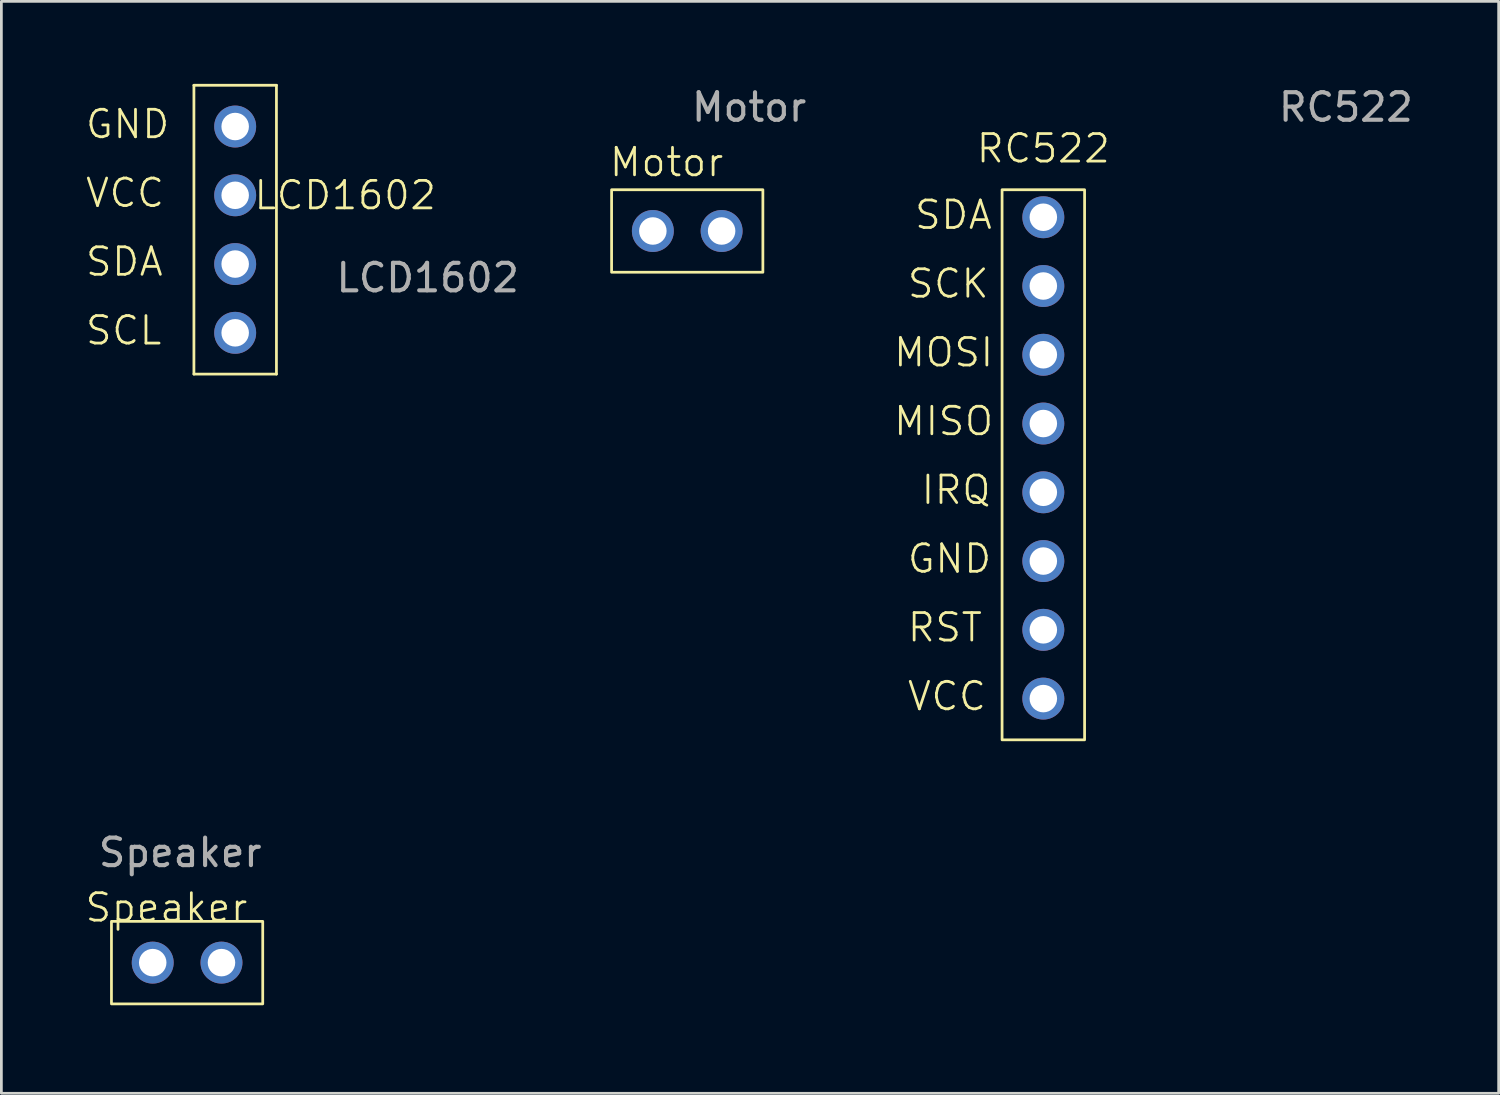
<source format=kicad_pcb>
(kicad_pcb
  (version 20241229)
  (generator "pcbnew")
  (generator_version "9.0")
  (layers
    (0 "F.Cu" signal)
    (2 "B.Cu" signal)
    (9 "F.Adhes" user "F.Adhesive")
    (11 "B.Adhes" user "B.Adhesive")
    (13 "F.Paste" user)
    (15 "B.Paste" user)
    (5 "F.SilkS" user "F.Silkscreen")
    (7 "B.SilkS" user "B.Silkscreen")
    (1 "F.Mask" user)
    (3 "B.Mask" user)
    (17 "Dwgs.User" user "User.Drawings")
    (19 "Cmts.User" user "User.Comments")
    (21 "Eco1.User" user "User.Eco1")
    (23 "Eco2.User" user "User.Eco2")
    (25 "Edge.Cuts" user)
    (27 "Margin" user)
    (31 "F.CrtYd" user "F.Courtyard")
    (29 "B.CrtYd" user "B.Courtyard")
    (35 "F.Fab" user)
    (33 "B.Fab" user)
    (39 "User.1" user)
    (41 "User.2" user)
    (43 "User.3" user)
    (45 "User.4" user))
  (footprint "Motor"
    (layer "F.Cu")
    (at 19.185 6.848)
    (property "Reference" "Motor" (at 2 -4 0) (unlocked yes) (layer "F.SilkS") (effects (font (size 1 1) (thickness 0.1))))
    (attr through_hole)
    (fp_rect (start 0 -3) (end 5.5 0) (stroke (width 0.1) (type default)) (fill no) (layer "F.SilkS"))
    (fp_text user "${REFERENCE}" (at 5 -6 0) (unlocked yes) (layer "F.Fab") (effects (font (size 1 1) (thickness 0.15))))
    (pad "1" thru_hole circle (at 1.5 -1.5) (size 1.524 1.524) (drill 1) (layers "*.Cu" "*.Mask"))
    (pad "2" thru_hole circle (at 4 -1.5) (size 1.524 1.524) (drill 1) (layers "*.Cu" "*.Mask")))
  (footprint "LCD1602"
    (layer "F.Cu")
    (at 3.5 10.55)
    (property "Reference" "LCD1602" (at 6 -6.5 0) (unlocked yes) (layer "F.SilkS") (effects (font (size 1 1) (thickness 0.1))))
    (attr through_hole)
    (fp_line (start 0.5 -10.5) (end 0.5 0) (stroke (width 0.1) (type default)) (layer "F.SilkS"))
    (fp_line (start 0.5 0) (end 3.5 0) (stroke (width 0.1) (type default)) (layer "F.SilkS"))
    (fp_line (start 3.5 -10.5) (end 0.5 -10.5) (stroke (width 0.1) (type default)) (layer "F.SilkS"))
    (fp_line (start 3.5 0) (end 3.5 -10.5) (stroke (width 0.1) (type default)) (layer "F.SilkS"))
    (fp_text user "SCL" (at -3.5 -1 0) (unlocked yes) (layer "F.SilkS") (effects (font (size 1 1) (thickness 0.1)) (justify left bottom)))
    (fp_text user "SDA" (at -3.5 -3.5 0) (unlocked yes) (layer "F.SilkS") (effects (font (size 1 1) (thickness 0.1)) (justify left bottom)))
    (fp_text user "GND" (at -3.5 -8.5 0) (unlocked yes) (layer "F.SilkS") (effects (font (size 1 1) (thickness 0.1)) (justify left bottom)))
    (fp_text user "VCC" (at -3.5 -6 0) (unlocked yes) (layer "F.SilkS") (effects (font (size 1 1) (thickness 0.1)) (justify left bottom)))
    (fp_text user "${REFERENCE}" (at 9 -3.5 0) (unlocked yes) (layer "F.Fab") (effects (font (size 1 1) (thickness 0.15))))
    (pad "8" thru_hole circle (at 2 -9 270) (size 1.524 1.524) (drill 1) (layers "*.Cu" "*.Mask"))
    (pad "14" thru_hole circle (at 2 -1.5 270) (size 1.524 1.524) (drill 1) (layers "*.Cu" "*.Mask"))
    (pad "15" thru_hole circle (at 2 -4 270) (size 1.524 1.524) (drill 1) (layers "*.Cu" "*.Mask"))
    (pad "16" thru_hole circle (at 2 -6.5 270) (size 1.524 1.524) (drill 1) (layers "*.Cu" "*.Mask")))
  (footprint "Speaker"
    (layer "F.Cu")
    (at 1.002 33.447)
    (property "Reference" "Speaker" (at 2 -3.5 0) (unlocked yes) (layer "F.SilkS") (effects (font (size 1 1) (thickness 0.1))))
    (attr through_hole)
    (fp_rect (start 0 -3) (end 5.5 0) (stroke (width 0.1) (type default)) (fill no) (layer "F.SilkS"))
    (fp_text user "${REFERENCE}" (at 2.5 -5.5 0) (unlocked yes) (layer "F.Fab") (effects (font (size 1 1) (thickness 0.15))))
    (pad "1" thru_hole circle (at 1.5 -1.5) (size 1.524 1.524) (drill 1) (layers "*.Cu" "*.Mask"))
    (pad "2" thru_hole circle (at 4 -1.5) (size 1.524 1.524) (drill 1) (layers "*.Cu" "*.Mask")))
  (footprint "RC522"
    (layer "F.Cu")
    (at 32.381 23.848)
    (property "Reference" "RC522" (at 2.5 -21.5 0) (unlocked yes) (layer "F.SilkS") (effects (font (size 1 1) (thickness 0.1))))
    (attr through_hole)
    (fp_rect (start 1 -20) (end 4 0) (stroke (width 0.1) (type default)) (fill no) (layer "F.SilkS"))
    (fp_text user "GND" (at -2.5 -6 0) (unlocked yes) (layer "F.SilkS") (effects (font (size 1 1) (thickness 0.1)) (justify left bottom)))
    (fp_text user "MISO" (at -3 -11 0) (unlocked yes) (layer "F.SilkS") (effects (font (size 1 1) (thickness 0.1)) (justify left bottom)))
    (fp_text user "SCK" (at -2.5 -16 0) (unlocked yes) (layer "F.SilkS") (effects (font (size 1 1) (thickness 0.1)) (justify left bottom)))
    (fp_text user "RST" (at -2.5 -3.5 0) (unlocked yes) (layer "F.SilkS") (effects (font (size 1 1) (thickness 0.1)) (justify left bottom)))
    (fp_text user "VCC" (at -2.5 -1 0) (unlocked yes) (layer "F.SilkS") (effects (font (size 1 1) (thickness 0.1)) (justify left bottom)))
    (fp_text user "IRQ" (at -2 -8.5 0) (unlocked yes) (layer "F.SilkS") (effects (font (size 1 1) (thickness 0.1)) (justify left bottom)))
    (fp_text user "MOSI" (at -3 -13.5 0) (unlocked yes) (layer "F.SilkS") (effects (font (size 1 1) (thickness 0.1)) (justify left bottom)))
    (fp_text user " SDA" (at -3 -18.5 0) (unlocked yes) (layer "F.SilkS") (effects (font (size 1 1) (thickness 0.1)) (justify left bottom)))
    (fp_text user "${REFERENCE}" (at 13.5 -23 0) (unlocked yes) (layer "F.Fab") (effects (font (size 1 1) (thickness 0.15))))
    (pad "1" thru_hole circle (at 2.5 -1.5) (size 1.524 1.524) (drill 1) (layers "*.Cu" "*.Mask"))
    (pad "2" thru_hole circle (at 2.5 -4) (size 1.524 1.524) (drill 1) (layers "*.Cu" "*.Mask"))
    (pad "3" thru_hole circle (at 2.5 -6.5) (size 1.524 1.524) (drill 1) (layers "*.Cu" "*.Mask"))
    (pad "4" thru_hole circle (at 2.5 -9) (size 1.524 1.524) (drill 1) (layers "*.Cu" "*.Mask"))
    (pad "5" thru_hole circle (at 2.5 -11.5) (size 1.524 1.524) (drill 1) (layers "*.Cu" "*.Mask"))
    (pad "6" thru_hole circle (at 2.5 -14) (size 1.524 1.524) (drill 1) (layers "*.Cu" "*.Mask"))
    (pad "7" thru_hole circle (at 2.5 -16.5) (size 1.524 1.524) (drill 1) (layers "*.Cu" "*.Mask"))
    (pad "8" thru_hole circle (at 2.5 -19) (size 1.524 1.524) (drill 1) (layers "*.Cu" "*.Mask")))
  (gr_rect
    (start -3 -3)
    (end 51.435 36.697)
    (stroke (width 0.1) (type default))
    (fill no)
    (layer "Edge.Cuts")))
</source>
